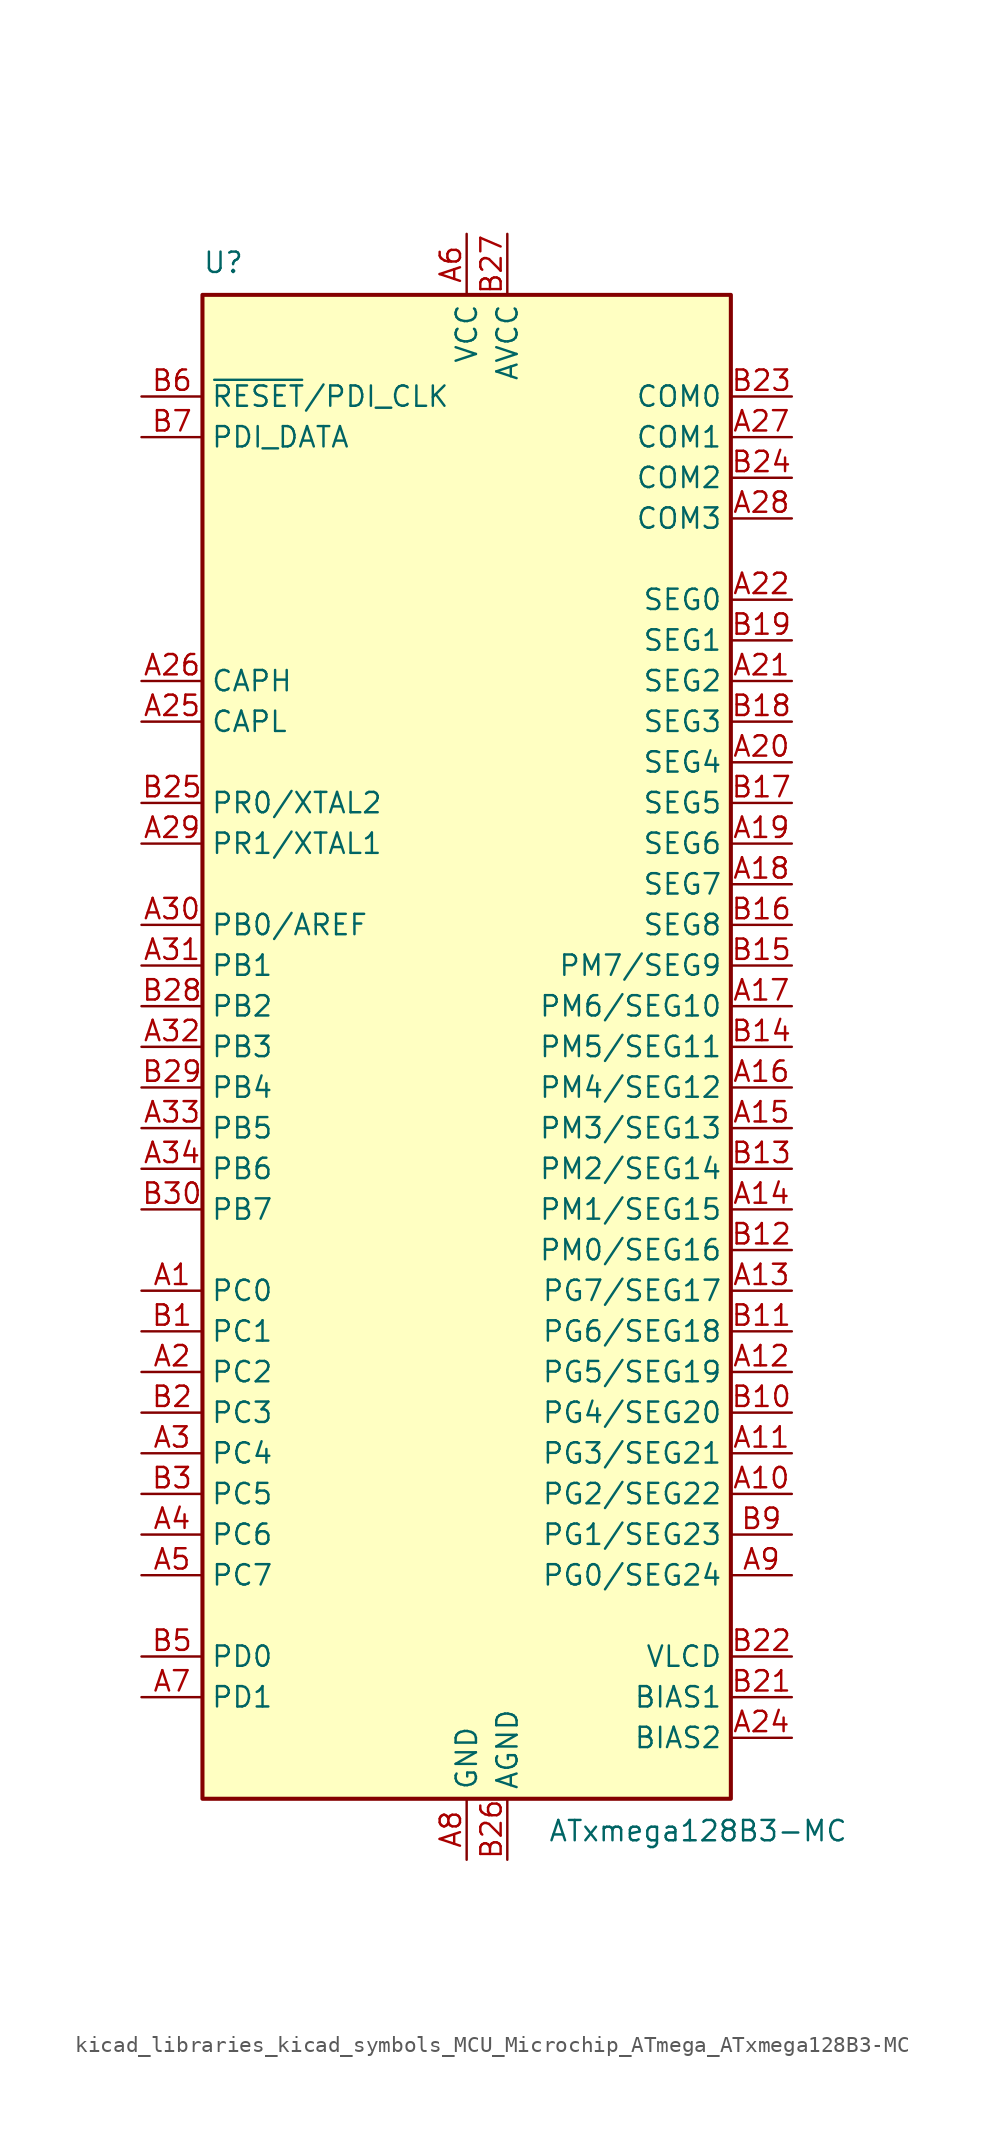
<source format=kicad_sym>
(kicad_symbol_lib
  (version 20220914)
  (generator kicad_symbol_editor)
  (symbol "kicad_libraries_kicad_symbols_MCU_Microchip_ATmega_ATxmega128B3-MC"
    (property "Reference" "U"
      (at -16.51 48.26 0)
      (effects (font (size 1.27 1.27)) (justify left bottom)))
    (property "Value" "ATxmega128B3-MC"
      (at 5.08 -48.26 0)
      (effects (font (size 1.27 1.27)) (justify left top)))
    (symbol "kicad_libraries_kicad_symbols_MCU_Microchip_ATmega_ATxmega128B3-MC_0_1"
      (rectangle (start -16.51 -46.99) (end 16.51 46.99) (stroke (width 0.254) (type default)) (fill (type background))))
    (symbol "kicad_libraries_kicad_symbols_MCU_Microchip_ATmega_ATxmega128B3-MC_1_1"
      (pin bidirectional line (at -20.32 -15.24 0) (length 3.81) (name "PC0" (effects (font (size 1.27 1.27)))) (number "A1" (effects (font (size 1.27 1.27)))))
      (pin bidirectional line (at 20.32 -27.94 180) (length 3.81) (name "PG2/SEG22" (effects (font (size 1.27 1.27)))) (number "A10" (effects (font (size 1.27 1.27)))))
      (pin bidirectional line (at 20.32 -25.4 180) (length 3.81) (name "PG3/SEG21" (effects (font (size 1.27 1.27)))) (number "A11" (effects (font (size 1.27 1.27)))))
      (pin bidirectional line (at 20.32 -20.32 180) (length 3.81) (name "PG5/SEG19" (effects (font (size 1.27 1.27)))) (number "A12" (effects (font (size 1.27 1.27)))))
      (pin bidirectional line (at 20.32 -15.24 180) (length 3.81) (name "PG7/SEG17" (effects (font (size 1.27 1.27)))) (number "A13" (effects (font (size 1.27 1.27)))))
      (pin bidirectional line (at 20.32 -10.16 180) (length 3.81) (name "PM1/SEG15" (effects (font (size 1.27 1.27)))) (number "A14" (effects (font (size 1.27 1.27)))))
      (pin bidirectional line (at 20.32 -5.08 180) (length 3.81) (name "PM3/SEG13" (effects (font (size 1.27 1.27)))) (number "A15" (effects (font (size 1.27 1.27)))))
      (pin bidirectional line (at 20.32 -2.54 180) (length 3.81) (name "PM4/SEG12" (effects (font (size 1.27 1.27)))) (number "A16" (effects (font (size 1.27 1.27)))))
      (pin bidirectional line (at 20.32 2.54 180) (length 3.81) (name "PM6/SEG10" (effects (font (size 1.27 1.27)))) (number "A17" (effects (font (size 1.27 1.27)))))
      (pin output line (at 20.32 10.16 180) (length 3.81) (name "SEG7" (effects (font (size 1.27 1.27)))) (number "A18" (effects (font (size 1.27 1.27)))))
      (pin output line (at 20.32 12.7 180) (length 3.81) (name "SEG6" (effects (font (size 1.27 1.27)))) (number "A19" (effects (font (size 1.27 1.27)))))
      (pin bidirectional line (at -20.32 -20.32 0) (length 3.81) (name "PC2" (effects (font (size 1.27 1.27)))) (number "A2" (effects (font (size 1.27 1.27)))))
      (pin output line (at 20.32 17.78 180) (length 3.81) (name "SEG4" (effects (font (size 1.27 1.27)))) (number "A20" (effects (font (size 1.27 1.27)))))
      (pin output line (at 20.32 22.86 180) (length 3.81) (name "SEG2" (effects (font (size 1.27 1.27)))) (number "A21" (effects (font (size 1.27 1.27)))))
      (pin output line (at 20.32 27.94 180) (length 3.81) (name "SEG0" (effects (font (size 1.27 1.27)))) (number "A22" (effects (font (size 1.27 1.27)))))
      (pin passive line (at 0 50.8 270) (length 3.81) hide (name "VCC" (effects (font (size 1.27 1.27)))) (number "A23" (effects (font (size 1.27 1.27)))))
      (pin power_out line (at 20.32 -43.18 180) (length 3.81) (name "BIAS2" (effects (font (size 1.27 1.27)))) (number "A24" (effects (font (size 1.27 1.27)))))
      (pin passive line (at -20.32 20.32 0) (length 3.81) (name "CAPL" (effects (font (size 1.27 1.27)))) (number "A25" (effects (font (size 1.27 1.27)))))
      (pin passive line (at -20.32 22.86 0) (length 3.81) (name "CAPH" (effects (font (size 1.27 1.27)))) (number "A26" (effects (font (size 1.27 1.27)))))
      (pin output line (at 20.32 38.1 180) (length 3.81) (name "COM1" (effects (font (size 1.27 1.27)))) (number "A27" (effects (font (size 1.27 1.27)))))
      (pin output line (at 20.32 33.02 180) (length 3.81) (name "COM3" (effects (font (size 1.27 1.27)))) (number "A28" (effects (font (size 1.27 1.27)))))
      (pin bidirectional line (at -20.32 12.7 0) (length 3.81) (name "PR1/XTAL1" (effects (font (size 1.27 1.27)))) (number "A29" (effects (font (size 1.27 1.27)))))
      (pin bidirectional line (at -20.32 -25.4 0) (length 3.81) (name "PC4" (effects (font (size 1.27 1.27)))) (number "A3" (effects (font (size 1.27 1.27)))))
      (pin bidirectional line (at -20.32 7.62 0) (length 3.81) (name "PB0/AREF" (effects (font (size 1.27 1.27)))) (number "A30" (effects (font (size 1.27 1.27)))))
      (pin bidirectional line (at -20.32 5.08 0) (length 3.81) (name "PB1" (effects (font (size 1.27 1.27)))) (number "A31" (effects (font (size 1.27 1.27)))))
      (pin bidirectional line (at -20.32 0 0) (length 3.81) (name "PB3" (effects (font (size 1.27 1.27)))) (number "A32" (effects (font (size 1.27 1.27)))))
      (pin bidirectional line (at -20.32 -5.08 0) (length 3.81) (name "PB5" (effects (font (size 1.27 1.27)))) (number "A33" (effects (font (size 1.27 1.27)))))
      (pin bidirectional line (at -20.32 -7.62 0) (length 3.81) (name "PB6" (effects (font (size 1.27 1.27)))) (number "A34" (effects (font (size 1.27 1.27)))))
      (pin bidirectional line (at -20.32 -30.48 0) (length 3.81) (name "PC6" (effects (font (size 1.27 1.27)))) (number "A4" (effects (font (size 1.27 1.27)))))
      (pin bidirectional line (at -20.32 -33.02 0) (length 3.81) (name "PC7" (effects (font (size 1.27 1.27)))) (number "A5" (effects (font (size 1.27 1.27)))))
      (pin power_in line (at 0 50.8 270) (length 3.81) (name "VCC" (effects (font (size 1.27 1.27)))) (number "A6" (effects (font (size 1.27 1.27)))))
      (pin bidirectional line (at -20.32 -40.64 0) (length 3.81) (name "PD1" (effects (font (size 1.27 1.27)))) (number "A7" (effects (font (size 1.27 1.27)))))
      (pin power_in line (at 0 -50.8 90) (length 3.81) (name "GND" (effects (font (size 1.27 1.27)))) (number "A8" (effects (font (size 1.27 1.27)))))
      (pin bidirectional line (at 20.32 -33.02 180) (length 3.81) (name "PG0/SEG24" (effects (font (size 1.27 1.27)))) (number "A9" (effects (font (size 1.27 1.27)))))
      (pin bidirectional line (at -20.32 -17.78 0) (length 3.81) (name "PC1" (effects (font (size 1.27 1.27)))) (number "B1" (effects (font (size 1.27 1.27)))))
      (pin bidirectional line (at 20.32 -22.86 180) (length 3.81) (name "PG4/SEG20" (effects (font (size 1.27 1.27)))) (number "B10" (effects (font (size 1.27 1.27)))))
      (pin bidirectional line (at 20.32 -17.78 180) (length 3.81) (name "PG6/SEG18" (effects (font (size 1.27 1.27)))) (number "B11" (effects (font (size 1.27 1.27)))))
      (pin bidirectional line (at 20.32 -12.7 180) (length 3.81) (name "PM0/SEG16" (effects (font (size 1.27 1.27)))) (number "B12" (effects (font (size 1.27 1.27)))))
      (pin bidirectional line (at 20.32 -7.62 180) (length 3.81) (name "PM2/SEG14" (effects (font (size 1.27 1.27)))) (number "B13" (effects (font (size 1.27 1.27)))))
      (pin bidirectional line (at 20.32 0 180) (length 3.81) (name "PM5/SEG11" (effects (font (size 1.27 1.27)))) (number "B14" (effects (font (size 1.27 1.27)))))
      (pin bidirectional line (at 20.32 5.08 180) (length 3.81) (name "PM7/SEG9" (effects (font (size 1.27 1.27)))) (number "B15" (effects (font (size 1.27 1.27)))))
      (pin output line (at 20.32 7.62 180) (length 3.81) (name "SEG8" (effects (font (size 1.27 1.27)))) (number "B16" (effects (font (size 1.27 1.27)))))
      (pin output line (at 20.32 15.24 180) (length 3.81) (name "SEG5" (effects (font (size 1.27 1.27)))) (number "B17" (effects (font (size 1.27 1.27)))))
      (pin output line (at 20.32 20.32 180) (length 3.81) (name "SEG3" (effects (font (size 1.27 1.27)))) (number "B18" (effects (font (size 1.27 1.27)))))
      (pin output line (at 20.32 25.4 180) (length 3.81) (name "SEG1" (effects (font (size 1.27 1.27)))) (number "B19" (effects (font (size 1.27 1.27)))))
      (pin bidirectional line (at -20.32 -22.86 0) (length 3.81) (name "PC3" (effects (font (size 1.27 1.27)))) (number "B2" (effects (font (size 1.27 1.27)))))
      (pin passive line (at 0 -50.8 90) (length 3.81) hide (name "GND" (effects (font (size 1.27 1.27)))) (number "B20" (effects (font (size 1.27 1.27)))))
      (pin power_out line (at 20.32 -40.64 180) (length 3.81) (name "BIAS1" (effects (font (size 1.27 1.27)))) (number "B21" (effects (font (size 1.27 1.27)))))
      (pin power_out line (at 20.32 -38.1 180) (length 3.81) (name "VLCD" (effects (font (size 1.27 1.27)))) (number "B22" (effects (font (size 1.27 1.27)))))
      (pin output line (at 20.32 40.64 180) (length 3.81) (name "COM0" (effects (font (size 1.27 1.27)))) (number "B23" (effects (font (size 1.27 1.27)))))
      (pin output line (at 20.32 35.56 180) (length 3.81) (name "COM2" (effects (font (size 1.27 1.27)))) (number "B24" (effects (font (size 1.27 1.27)))))
      (pin bidirectional line (at -20.32 15.24 0) (length 3.81) (name "PR0/XTAL2" (effects (font (size 1.27 1.27)))) (number "B25" (effects (font (size 1.27 1.27)))))
      (pin power_in line (at 2.54 -50.8 90) (length 3.81) (name "AGND" (effects (font (size 1.27 1.27)))) (number "B26" (effects (font (size 1.27 1.27)))))
      (pin power_in line (at 2.54 50.8 270) (length 3.81) (name "AVCC" (effects (font (size 1.27 1.27)))) (number "B27" (effects (font (size 1.27 1.27)))))
      (pin bidirectional line (at -20.32 2.54 0) (length 3.81) (name "PB2" (effects (font (size 1.27 1.27)))) (number "B28" (effects (font (size 1.27 1.27)))))
      (pin bidirectional line (at -20.32 -2.54 0) (length 3.81) (name "PB4" (effects (font (size 1.27 1.27)))) (number "B29" (effects (font (size 1.27 1.27)))))
      (pin bidirectional line (at -20.32 -27.94 0) (length 3.81) (name "PC5" (effects (font (size 1.27 1.27)))) (number "B3" (effects (font (size 1.27 1.27)))))
      (pin bidirectional line (at -20.32 -10.16 0) (length 3.81) (name "PB7" (effects (font (size 1.27 1.27)))) (number "B30" (effects (font (size 1.27 1.27)))))
      (pin passive line (at 0 -50.8 90) (length 3.81) hide (name "GND" (effects (font (size 1.27 1.27)))) (number "B4" (effects (font (size 1.27 1.27)))))
      (pin bidirectional line (at -20.32 -38.1 0) (length 3.81) (name "PD0" (effects (font (size 1.27 1.27)))) (number "B5" (effects (font (size 1.27 1.27)))))
      (pin input line (at -20.32 40.64 0) (length 3.81) (name "~{RESET}/PDI_CLK" (effects (font (size 1.27 1.27)))) (number "B6" (effects (font (size 1.27 1.27)))))
      (pin bidirectional line (at -20.32 38.1 0) (length 3.81) (name "PDI_DATA" (effects (font (size 1.27 1.27)))) (number "B7" (effects (font (size 1.27 1.27)))))
      (pin passive line (at 0 50.8 270) (length 3.81) hide (name "VCC" (effects (font (size 1.27 1.27)))) (number "B8" (effects (font (size 1.27 1.27)))))
      (pin bidirectional line (at 20.32 -30.48 180) (length 3.81) (name "PG1/SEG23" (effects (font (size 1.27 1.27)))) (number "B9" (effects (font (size 1.27 1.27)))))
      (pin passive line (at 0 -50.8 90) (length 3.81) hide (name "GND" (effects (font (size 1.27 1.27)))) (number "EP" (effects (font (size 1.27 1.27))))))))
</source>
